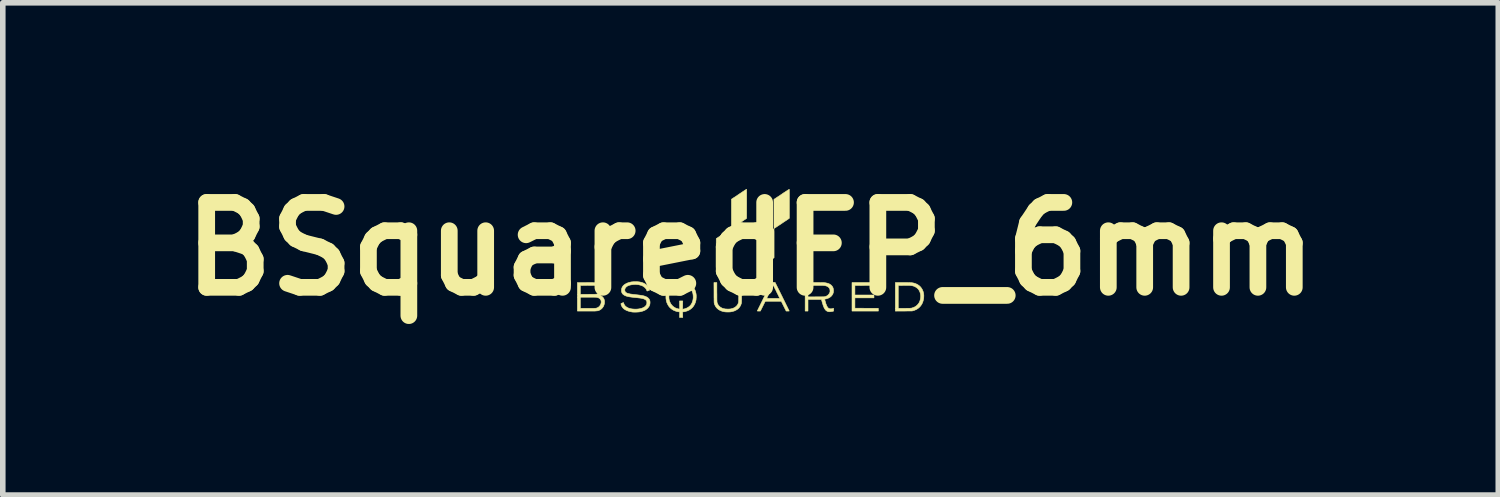
<source format=kicad_pcb>
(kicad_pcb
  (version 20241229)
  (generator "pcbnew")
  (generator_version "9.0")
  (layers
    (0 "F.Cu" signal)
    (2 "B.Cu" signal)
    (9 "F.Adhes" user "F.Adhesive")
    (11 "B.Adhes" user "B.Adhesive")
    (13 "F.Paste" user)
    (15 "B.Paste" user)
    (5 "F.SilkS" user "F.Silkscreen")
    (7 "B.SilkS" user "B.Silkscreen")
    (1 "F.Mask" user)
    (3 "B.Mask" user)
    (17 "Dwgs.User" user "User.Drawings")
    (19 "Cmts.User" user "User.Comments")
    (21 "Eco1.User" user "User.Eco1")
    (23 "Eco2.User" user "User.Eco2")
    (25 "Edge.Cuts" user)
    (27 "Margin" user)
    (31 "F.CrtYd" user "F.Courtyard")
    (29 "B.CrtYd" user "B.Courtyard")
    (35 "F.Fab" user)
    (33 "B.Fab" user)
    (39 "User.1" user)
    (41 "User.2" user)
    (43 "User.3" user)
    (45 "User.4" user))
  (footprint "BSquaredFP_6mm"
    (layer "F.Cu")
    (at 10.421 1.418)
    (property "Reference" "BSquaredFP_6mm" (at 0 0 0) (layer "F.SilkS") (effects (font (size 1.524 1.524) (thickness 0.3))))
    (attr through_hole)
    (fp_poly (pts (xy 2.279 0.629) (xy 2.279 0.654) (xy 2.076 0.655) (xy 1.874 0.656) (xy 1.874 0.827) (xy 2.216 0.827) (xy 2.216 0.878) (xy 1.874 0.878) (xy 1.874 1.064) (xy 2.083 1.065) (xy 2.293 1.065) (xy 2.295 1.115) (xy 1.822 1.115) (xy 1.822 0.604) (xy 2.28 0.604) (xy 2.279 0.629)) (stroke (width 0.01) (type solid)) (fill yes) (layer "F.SilkS"))
    (fp_poly (pts (xy 0.421 -0.363) (xy 0.421 -0.36) (xy 0.421 -0.356) (xy 0.422 -0.349) (xy 0.422 -0.339) (xy 0.422 -0.326) (xy 0.423 -0.31) (xy 0.423 -0.291) (xy 0.423 -0.269) (xy 0.423 -0.242) (xy 0.423 -0.212) (xy 0.423 -0.177) (xy 0.423 -0.138) (xy 0.423 -0.103) (xy 0.423 0.158) (xy 0.288 0.249) (xy 0.264 0.265) (xy 0.243 0.279) (xy 0.222 0.293) (xy 0.204 0.305) (xy 0.187 0.316) (xy 0.174 0.325) (xy 0.163 0.332) (xy 0.155 0.337) (xy 0.151 0.34) (xy 0.151 0.34) (xy 0.15 0.338) (xy 0.15 0.331) (xy 0.15 0.319) (xy 0.15 0.304) (xy 0.15 0.285) (xy 0.15 0.263) (xy 0.15 0.238) (xy 0.149 0.21) (xy 0.149 0.18) (xy 0.149 0.148) (xy 0.149 0.114) (xy 0.149 0.079) (xy 0.149 -0.183) (xy 0.283 -0.273) (xy 0.306 -0.288) (xy 0.328 -0.303) (xy 0.348 -0.316) (xy 0.367 -0.329) (xy 0.383 -0.34) (xy 0.397 -0.349) (xy 0.408 -0.356) (xy 0.415 -0.361) (xy 0.42 -0.363) (xy 0.42 -0.364) (xy 0.421 -0.363)) (stroke (width 0.01) (type solid)) (fill yes) (layer "F.SilkS"))
    (fp_poly (pts (xy -0.071 -1.07) (xy -0.07 -1.065) (xy -0.07 -1.056) (xy -0.07 -1.043) (xy -0.069 -1.027) (xy -0.069 -1.007) (xy -0.069 -0.983) (xy -0.069 -0.954) (xy -0.069 -0.921) (xy -0.069 -0.883) (xy -0.069 -0.841) (xy -0.069 -0.81) (xy -0.07 -0.549) (xy -0.342 -0.366) (xy -0.342 0.159) (xy -0.478 0.249) (xy -0.501 0.265) (xy -0.523 0.279) (xy -0.544 0.293) (xy -0.562 0.305) (xy -0.578 0.316) (xy -0.592 0.325) (xy -0.603 0.332) (xy -0.611 0.337) (xy -0.615 0.34) (xy -0.615 0.34) (xy -0.615 0.338) (xy -0.615 0.331) (xy -0.616 0.319) (xy -0.616 0.304) (xy -0.616 0.285) (xy -0.616 0.263) (xy -0.616 0.238) (xy -0.616 0.21) (xy -0.616 0.18) (xy -0.616 0.148) (xy -0.616 0.114) (xy -0.616 0.079) (xy -0.616 0.078) (xy -0.615 -0.185) (xy -0.479 -0.276) (xy -0.342 -0.367) (xy -0.342 -0.629) (xy -0.342 -0.892) (xy -0.208 -0.981) (xy -0.185 -0.997) (xy -0.163 -1.011) (xy -0.143 -1.025) (xy -0.124 -1.037) (xy -0.108 -1.048) (xy -0.094 -1.057) (xy -0.083 -1.064) (xy -0.076 -1.069) (xy -0.072 -1.071) (xy -0.071 -1.071) (xy -0.071 -1.07)) (stroke (width 0.01) (type solid)) (fill yes) (layer "F.SilkS"))
    (fp_poly (pts (xy 0.696 -1.069) (xy 0.696 -1.062) (xy 0.696 -1.051) (xy 0.696 -1.036) (xy 0.696 -1.017) (xy 0.697 -0.995) (xy 0.697 -0.97) (xy 0.697 -0.942) (xy 0.697 -0.912) (xy 0.697 -0.88) (xy 0.697 -0.846) (xy 0.697 -0.811) (xy 0.697 -0.551) (xy 0.692 -0.546) (xy 0.689 -0.544) (xy 0.682 -0.539) (xy 0.672 -0.533) (xy 0.66 -0.524) (xy 0.645 -0.514) (xy 0.628 -0.503) (xy 0.61 -0.491) (xy 0.59 -0.478) (xy 0.57 -0.464) (xy 0.55 -0.45) (xy 0.53 -0.437) (xy 0.51 -0.424) (xy 0.491 -0.412) (xy 0.474 -0.4) (xy 0.459 -0.39) (xy 0.446 -0.382) (xy 0.435 -0.375) (xy 0.428 -0.37) (xy 0.424 -0.368) (xy 0.424 -0.368) (xy 0.424 -0.368) (xy 0.423 -0.37) (xy 0.423 -0.373) (xy 0.422 -0.378) (xy 0.422 -0.385) (xy 0.422 -0.394) (xy 0.421 -0.406) (xy 0.421 -0.42) (xy 0.421 -0.438) (xy 0.421 -0.459) (xy 0.421 -0.484) (xy 0.421 -0.512) (xy 0.421 -0.545) (xy 0.421 -0.582) (xy 0.421 -0.623) (xy 0.421 -0.89) (xy 0.557 -0.98) (xy 0.58 -0.996) (xy 0.602 -1.011) (xy 0.623 -1.024) (xy 0.641 -1.036) (xy 0.658 -1.047) (xy 0.672 -1.056) (xy 0.683 -1.063) (xy 0.69 -1.068) (xy 0.695 -1.071) (xy 0.695 -1.071) (xy 0.696 -1.069)) (stroke (width 0.01) (type solid)) (fill yes) (layer "F.SilkS"))
    (fp_poly (pts (xy 2.773 0.604) (xy 2.801 0.604) (xy 2.825 0.604) (xy 2.845 0.605) (xy 2.862 0.605) (xy 2.877 0.606) (xy 2.889 0.606) (xy 2.9 0.607) (xy 2.909 0.609) (xy 2.918 0.61) (xy 2.926 0.612) (xy 2.934 0.614) (xy 2.94 0.615) (xy 2.973 0.627) (xy 3.002 0.642) (xy 3.029 0.661) (xy 3.052 0.683) (xy 3.071 0.708) (xy 3.087 0.736) (xy 3.099 0.766) (xy 3.107 0.798) (xy 3.111 0.832) (xy 3.11 0.867) (xy 3.108 0.89) (xy 3.1 0.928) (xy 3.089 0.962) (xy 3.074 0.993) (xy 3.055 1.021) (xy 3.033 1.046) (xy 3.007 1.068) (xy 2.979 1.086) (xy 2.947 1.1) (xy 2.923 1.108) (xy 2.9 1.114) (xy 2.75 1.115) (xy 2.6 1.116) (xy 2.6 0.656) (xy 2.652 0.656) (xy 2.652 1.067) (xy 2.766 1.066) (xy 2.793 1.066) (xy 2.815 1.065) (xy 2.834 1.065) (xy 2.849 1.065) (xy 2.861 1.065) (xy 2.871 1.064) (xy 2.878 1.064) (xy 2.885 1.063) (xy 2.89 1.062) (xy 2.895 1.061) (xy 2.9 1.06) (xy 2.901 1.059) (xy 2.931 1.049) (xy 2.959 1.035) (xy 2.983 1.017) (xy 3.004 0.996) (xy 3.022 0.972) (xy 3.033 0.952) (xy 3.044 0.922) (xy 3.051 0.891) (xy 3.055 0.86) (xy 3.054 0.83) (xy 3.049 0.8) (xy 3.04 0.772) (xy 3.028 0.746) (xy 3.014 0.726) (xy 2.999 0.709) (xy 2.979 0.694) (xy 2.957 0.68) (xy 2.933 0.669) (xy 2.912 0.663) (xy 2.902 0.661) (xy 2.891 0.659) (xy 2.88 0.657) (xy 2.867 0.656) (xy 2.852 0.655) (xy 2.835 0.654) (xy 2.814 0.654) (xy 2.79 0.654) (xy 2.762 0.655) (xy 2.748 0.655) (xy 2.652 0.656) (xy 2.6 0.656) (xy 2.6 0.604) (xy 2.741 0.604) (xy 2.773 0.604)) (stroke (width 0.01) (type solid)) (fill yes) (layer "F.SilkS"))
    (fp_poly (pts (xy 0.408 0.6) (xy 0.441 0.601) (xy 0.568 0.856) (xy 0.584 0.889) (xy 0.6 0.921) (xy 0.615 0.952) (xy 0.629 0.98) (xy 0.642 1.007) (xy 0.654 1.031) (xy 0.665 1.053) (xy 0.674 1.072) (xy 0.682 1.087) (xy 0.688 1.1) (xy 0.692 1.108) (xy 0.694 1.113) (xy 0.695 1.114) (xy 0.692 1.114) (xy 0.686 1.115) (xy 0.677 1.115) (xy 0.667 1.115) (xy 0.64 1.115) (xy 0.596 1.027) (xy 0.552 0.939) (xy 0.265 0.939) (xy 0.221 1.027) (xy 0.177 1.115) (xy 0.15 1.115) (xy 0.139 1.115) (xy 0.13 1.115) (xy 0.124 1.114) (xy 0.122 1.114) (xy 0.123 1.111) (xy 0.126 1.105) (xy 0.131 1.095) (xy 0.138 1.081) (xy 0.146 1.064) (xy 0.156 1.044) (xy 0.167 1.022) (xy 0.179 0.998) (xy 0.192 0.971) (xy 0.206 0.943) (xy 0.22 0.914) (xy 0.224 0.906) (xy 0.234 0.887) (xy 0.291 0.887) (xy 0.293 0.887) (xy 0.3 0.887) (xy 0.311 0.888) (xy 0.325 0.888) (xy 0.342 0.888) (xy 0.362 0.888) (xy 0.384 0.888) (xy 0.407 0.888) (xy 0.408 0.888) (xy 0.526 0.888) (xy 0.508 0.851) (xy 0.495 0.824) (xy 0.482 0.798) (xy 0.47 0.774) (xy 0.459 0.75) (xy 0.448 0.728) (xy 0.438 0.709) (xy 0.429 0.691) (xy 0.422 0.677) (xy 0.416 0.665) (xy 0.411 0.658) (xy 0.409 0.654) (xy 0.408 0.653) (xy 0.407 0.655) (xy 0.404 0.661) (xy 0.399 0.671) (xy 0.392 0.683) (xy 0.385 0.698) (xy 0.376 0.714) (xy 0.367 0.733) (xy 0.358 0.752) (xy 0.348 0.771) (xy 0.338 0.791) (xy 0.329 0.81) (xy 0.32 0.828) (xy 0.311 0.844) (xy 0.304 0.859) (xy 0.299 0.871) (xy 0.294 0.88) (xy 0.292 0.885) (xy 0.291 0.887) (xy 0.234 0.887) (xy 0.239 0.875) (xy 0.255 0.845) (xy 0.269 0.815) (xy 0.284 0.786) (xy 0.297 0.759) (xy 0.31 0.733) (xy 0.321 0.71) (xy 0.331 0.69) (xy 0.339 0.673) (xy 0.346 0.659) (xy 0.35 0.65) (xy 0.375 0.599) (xy 0.408 0.6)) (stroke (width 0.01) (type solid)) (fill yes) (layer "F.SilkS"))
    (fp_poly (pts (xy -0.604 0.778) (xy -0.603 0.812) (xy -0.603 0.841) (xy -0.603 0.866) (xy -0.603 0.887) (xy -0.603 0.905) (xy -0.602 0.919) (xy -0.602 0.931) (xy -0.602 0.941) (xy -0.601 0.948) (xy -0.601 0.954) (xy -0.6 0.959) (xy -0.6 0.962) (xy -0.599 0.965) (xy -0.598 0.966) (xy -0.588 0.992) (xy -0.573 1.015) (xy -0.555 1.034) (xy -0.534 1.05) (xy -0.509 1.063) (xy -0.481 1.072) (xy -0.466 1.075) (xy -0.447 1.078) (xy -0.425 1.079) (xy -0.402 1.08) (xy -0.379 1.079) (xy -0.358 1.077) (xy -0.344 1.074) (xy -0.316 1.066) (xy -0.29 1.055) (xy -0.268 1.04) (xy -0.249 1.023) (xy -0.233 1.003) (xy -0.227 0.992) (xy -0.225 0.986) (xy -0.222 0.981) (xy -0.22 0.975) (xy -0.218 0.97) (xy -0.216 0.964) (xy -0.215 0.958) (xy -0.214 0.95) (xy -0.213 0.94) (xy -0.213 0.928) (xy -0.212 0.914) (xy -0.212 0.897) (xy -0.212 0.876) (xy -0.211 0.853) (xy -0.211 0.825) (xy -0.211 0.793) (xy -0.211 0.776) (xy -0.21 0.604) (xy -0.159 0.604) (xy -0.16 0.785) (xy -0.16 0.819) (xy -0.16 0.848) (xy -0.16 0.873) (xy -0.16 0.895) (xy -0.16 0.913) (xy -0.161 0.928) (xy -0.161 0.94) (xy -0.161 0.95) (xy -0.162 0.958) (xy -0.162 0.964) (xy -0.163 0.969) (xy -0.163 0.973) (xy -0.164 0.977) (xy -0.165 0.98) (xy -0.166 0.983) (xy -0.177 1.013) (xy -0.192 1.039) (xy -0.211 1.063) (xy -0.234 1.083) (xy -0.26 1.099) (xy -0.289 1.113) (xy -0.323 1.123) (xy -0.352 1.129) (xy -0.367 1.131) (xy -0.385 1.132) (xy -0.404 1.132) (xy -0.424 1.132) (xy -0.442 1.131) (xy -0.457 1.13) (xy -0.457 1.13) (xy -0.48 1.126) (xy -0.503 1.12) (xy -0.525 1.113) (xy -0.544 1.105) (xy -0.572 1.089) (xy -0.596 1.07) (xy -0.616 1.048) (xy -0.632 1.023) (xy -0.645 0.995) (xy -0.649 0.983) (xy -0.65 0.98) (xy -0.651 0.976) (xy -0.651 0.973) (xy -0.652 0.969) (xy -0.653 0.963) (xy -0.653 0.957) (xy -0.653 0.949) (xy -0.654 0.938) (xy -0.654 0.926) (xy -0.654 0.91) (xy -0.654 0.892) (xy -0.655 0.87) (xy -0.655 0.844) (xy -0.655 0.814) (xy -0.655 0.785) (xy -0.656 0.604) (xy -0.604 0.604) (xy -0.604 0.778)) (stroke (width 0.01) (type solid)) (fill yes) (layer "F.SilkS"))
    (fp_poly (pts (xy -1.23 0.587) (xy -1.208 0.589) (xy -1.195 0.591) (xy -1.159 0.599) (xy -1.125 0.611) (xy -1.095 0.626) (xy -1.067 0.646) (xy -1.054 0.658) (xy -1.031 0.683) (xy -1.011 0.71) (xy -0.996 0.739) (xy -0.985 0.772) (xy -0.977 0.807) (xy -0.976 0.817) (xy -0.974 0.833) (xy -0.974 0.851) (xy -0.974 0.872) (xy -0.976 0.893) (xy -0.977 0.911) (xy -0.98 0.927) (xy -0.981 0.93) (xy -0.991 0.965) (xy -1.005 0.997) (xy -1.023 1.027) (xy -1.044 1.053) (xy -1.069 1.075) (xy -1.097 1.095) (xy -1.128 1.11) (xy -1.162 1.121) (xy -1.162 1.121) (xy -1.175 1.125) (xy -1.188 1.127) (xy -1.199 1.129) (xy -1.202 1.129) (xy -1.219 1.131) (xy -1.217 1.181) (xy -1.216 1.23) (xy -1.274 1.23) (xy -1.273 1.18) (xy -1.271 1.13) (xy -1.279 1.13) (xy -1.288 1.129) (xy -1.3 1.127) (xy -1.314 1.125) (xy -1.328 1.121) (xy -1.341 1.117) (xy -1.345 1.116) (xy -1.377 1.103) (xy -1.407 1.086) (xy -1.433 1.065) (xy -1.457 1.042) (xy -1.476 1.015) (xy -1.492 0.985) (xy -1.505 0.954) (xy -1.513 0.92) (xy -1.518 0.884) (xy -1.518 0.862) (xy -1.465 0.862) (xy -1.463 0.896) (xy -1.456 0.928) (xy -1.445 0.957) (xy -1.431 0.985) (xy -1.412 1.009) (xy -1.391 1.031) (xy -1.365 1.049) (xy -1.348 1.059) (xy -1.338 1.063) (xy -1.326 1.068) (xy -1.312 1.072) (xy -1.299 1.075) (xy -1.287 1.078) (xy -1.279 1.079) (xy -1.279 1.079) (xy -1.271 1.079) (xy -1.273 1.007) (xy -1.274 0.934) (xy -1.216 0.934) (xy -1.217 1.008) (xy -1.219 1.082) (xy -1.207 1.08) (xy -1.198 1.078) (xy -1.187 1.076) (xy -1.177 1.074) (xy -1.148 1.063) (xy -1.121 1.049) (xy -1.097 1.032) (xy -1.076 1.011) (xy -1.059 0.986) (xy -1.046 0.959) (xy -1.036 0.929) (xy -1.03 0.896) (xy -1.028 0.874) (xy -1.029 0.838) (xy -1.033 0.805) (xy -1.042 0.774) (xy -1.055 0.745) (xy -1.073 0.719) (xy -1.087 0.703) (xy -1.109 0.682) (xy -1.134 0.666) (xy -1.16 0.653) (xy -1.189 0.645) (xy -1.22 0.64) (xy -1.254 0.639) (xy -1.257 0.639) (xy -1.28 0.64) (xy -1.3 0.643) (xy -1.318 0.647) (xy -1.335 0.653) (xy -1.353 0.661) (xy -1.354 0.662) (xy -1.381 0.677) (xy -1.404 0.696) (xy -1.423 0.718) (xy -1.439 0.744) (xy -1.451 0.772) (xy -1.459 0.804) (xy -1.463 0.827) (xy -1.465 0.862) (xy -1.518 0.862) (xy -1.518 0.846) (xy -1.517 0.832) (xy -1.511 0.794) (xy -1.501 0.758) (xy -1.488 0.725) (xy -1.471 0.696) (xy -1.451 0.67) (xy -1.427 0.647) (xy -1.4 0.627) (xy -1.369 0.611) (xy -1.335 0.599) (xy -1.322 0.595) (xy -1.302 0.591) (xy -1.279 0.589) (xy -1.255 0.587) (xy -1.23 0.587)) (stroke (width 0.01) (type solid)) (fill yes) (layer "F.SilkS"))
    (fp_poly (pts (xy 1.151 0.604) (xy 1.187 0.604) (xy 1.217 0.604) (xy 1.243 0.604) (xy 1.266 0.605) (xy 1.285 0.605) (xy 1.301 0.605) (xy 1.314 0.605) (xy 1.325 0.606) (xy 1.333 0.606) (xy 1.34 0.607) (xy 1.345 0.608) (xy 1.375 0.614) (xy 1.402 0.622) (xy 1.424 0.633) (xy 1.444 0.647) (xy 1.453 0.655) (xy 1.468 0.673) (xy 1.479 0.692) (xy 1.486 0.714) (xy 1.489 0.738) (xy 1.49 0.75) (xy 1.489 0.762) (xy 1.488 0.774) (xy 1.486 0.784) (xy 1.486 0.786) (xy 1.477 0.81) (xy 1.464 0.831) (xy 1.448 0.85) (xy 1.427 0.867) (xy 1.406 0.879) (xy 1.393 0.885) (xy 1.379 0.89) (xy 1.365 0.895) (xy 1.352 0.898) (xy 1.342 0.9) (xy 1.339 0.9) (xy 1.334 0.901) (xy 1.332 0.903) (xy 1.332 0.906) (xy 1.333 0.913) (xy 1.336 0.923) (xy 1.339 0.935) (xy 1.343 0.949) (xy 1.347 0.963) (xy 1.351 0.977) (xy 1.355 0.989) (xy 1.356 0.99) (xy 1.365 1.014) (xy 1.375 1.034) (xy 1.385 1.049) (xy 1.396 1.061) (xy 1.409 1.069) (xy 1.422 1.074) (xy 1.426 1.074) (xy 1.44 1.075) (xy 1.458 1.074) (xy 1.48 1.069) (xy 1.487 1.067) (xy 1.489 1.067) (xy 1.491 1.068) (xy 1.492 1.07) (xy 1.492 1.076) (xy 1.492 1.085) (xy 1.492 1.09) (xy 1.492 1.115) (xy 1.479 1.119) (xy 1.459 1.123) (xy 1.439 1.126) (xy 1.42 1.128) (xy 1.404 1.127) (xy 1.391 1.124) (xy 1.374 1.117) (xy 1.359 1.108) (xy 1.346 1.095) (xy 1.334 1.078) (xy 1.322 1.058) (xy 1.312 1.034) (xy 1.301 1.005) (xy 1.301 1.003) (xy 1.296 0.987) (xy 1.29 0.969) (xy 1.285 0.952) (xy 1.282 0.939) (xy 1.273 0.907) (xy 1.032 0.907) (xy 1.032 1.115) (xy 0.981 1.115) (xy 0.981 0.656) (xy 1.032 0.656) (xy 1.032 0.861) (xy 1.181 0.86) (xy 1.212 0.86) (xy 1.238 0.86) (xy 1.261 0.86) (xy 1.279 0.86) (xy 1.295 0.859) (xy 1.307 0.859) (xy 1.317 0.859) (xy 1.325 0.858) (xy 1.331 0.858) (xy 1.335 0.857) (xy 1.339 0.856) (xy 1.342 0.855) (xy 1.343 0.855) (xy 1.367 0.845) (xy 1.387 0.832) (xy 1.403 0.816) (xy 1.416 0.797) (xy 1.418 0.793) (xy 1.423 0.783) (xy 1.425 0.776) (xy 1.427 0.768) (xy 1.427 0.759) (xy 1.427 0.754) (xy 1.426 0.735) (xy 1.423 0.72) (xy 1.417 0.707) (xy 1.407 0.695) (xy 1.406 0.693) (xy 1.391 0.68) (xy 1.371 0.669) (xy 1.349 0.662) (xy 1.341 0.66) (xy 1.332 0.658) (xy 1.321 0.657) (xy 1.309 0.656) (xy 1.295 0.655) (xy 1.279 0.654) (xy 1.26 0.654) (xy 1.237 0.654) (xy 1.211 0.654) (xy 1.18 0.654) (xy 1.158 0.655) (xy 1.032 0.656) (xy 0.981 0.656) (xy 0.981 0.604) (xy 1.151 0.604)) (stroke (width 0.01) (type solid)) (fill yes) (layer "F.SilkS"))
    (fp_poly (pts (xy -2.924 0.605) (xy -2.889 0.605) (xy -2.859 0.605) (xy -2.833 0.605) (xy -2.811 0.606) (xy -2.793 0.606) (xy -2.777 0.606) (xy -2.765 0.606) (xy -2.755 0.607) (xy -2.746 0.607) (xy -2.74 0.608) (xy -2.735 0.608) (xy -2.731 0.609) (xy -2.728 0.61) (xy -2.726 0.61) (xy -2.701 0.62) (xy -2.679 0.632) (xy -2.661 0.647) (xy -2.648 0.665) (xy -2.638 0.685) (xy -2.634 0.697) (xy -2.633 0.711) (xy -2.632 0.727) (xy -2.634 0.744) (xy -2.637 0.76) (xy -2.639 0.766) (xy -2.648 0.783) (xy -2.66 0.8) (xy -2.674 0.814) (xy -2.682 0.821) (xy -2.697 0.832) (xy -2.685 0.839) (xy -2.677 0.844) (xy -2.668 0.851) (xy -2.659 0.859) (xy -2.656 0.861) (xy -2.641 0.879) (xy -2.63 0.898) (xy -2.623 0.92) (xy -2.62 0.943) (xy -2.62 0.952) (xy -2.622 0.979) (xy -2.629 1.005) (xy -2.639 1.03) (xy -2.653 1.052) (xy -2.671 1.072) (xy -2.691 1.088) (xy -2.714 1.101) (xy -2.717 1.102) (xy -2.724 1.105) (xy -2.729 1.107) (xy -2.735 1.109) (xy -2.742 1.11) (xy -2.749 1.111) (xy -2.757 1.112) (xy -2.767 1.113) (xy -2.779 1.114) (xy -2.793 1.115) (xy -2.81 1.115) (xy -2.83 1.115) (xy -2.854 1.115) (xy -2.881 1.115) (xy -2.913 1.115) (xy -2.938 1.115) (xy -3.107 1.115) (xy -3.107 1.066) (xy -3.055 1.066) (xy -2.918 1.066) (xy -2.886 1.066) (xy -2.859 1.066) (xy -2.837 1.066) (xy -2.818 1.066) (xy -2.803 1.066) (xy -2.791 1.065) (xy -2.781 1.065) (xy -2.774 1.064) (xy -2.77 1.064) (xy -2.768 1.063) (xy -2.745 1.055) (xy -2.726 1.043) (xy -2.709 1.027) (xy -2.696 1.009) (xy -2.687 0.989) (xy -2.681 0.967) (xy -2.681 0.952) (xy -2.681 0.941) (xy -2.682 0.933) (xy -2.684 0.926) (xy -2.687 0.917) (xy -2.688 0.916) (xy -2.698 0.901) (xy -2.711 0.888) (xy -2.727 0.879) (xy -2.748 0.872) (xy -2.756 0.869) (xy -2.761 0.869) (xy -2.767 0.868) (xy -2.775 0.867) (xy -2.785 0.867) (xy -2.798 0.867) (xy -2.814 0.866) (xy -2.833 0.866) (xy -2.856 0.866) (xy -2.883 0.866) (xy -2.914 0.866) (xy -3.055 0.866) (xy -3.055 1.066) (xy -3.107 1.066) (xy -3.107 0.656) (xy -3.055 0.656) (xy -3.055 0.815) (xy -2.917 0.815) (xy -2.887 0.814) (xy -2.86 0.814) (xy -2.835 0.814) (xy -2.814 0.814) (xy -2.796 0.814) (xy -2.782 0.813) (xy -2.772 0.813) (xy -2.766 0.812) (xy -2.766 0.812) (xy -2.746 0.806) (xy -2.727 0.796) (xy -2.711 0.782) (xy -2.699 0.765) (xy -2.698 0.763) (xy -2.693 0.754) (xy -2.691 0.746) (xy -2.69 0.738) (xy -2.69 0.729) (xy -2.69 0.718) (xy -2.691 0.71) (xy -2.694 0.703) (xy -2.697 0.697) (xy -2.707 0.683) (xy -2.721 0.672) (xy -2.739 0.663) (xy -2.76 0.657) (xy -2.772 0.656) (xy -2.781 0.655) (xy -2.795 0.654) (xy -2.813 0.654) (xy -2.833 0.653) (xy -2.857 0.653) (xy -2.883 0.653) (xy -2.91 0.653) (xy -2.939 0.654) (xy -2.968 0.654) (xy -2.991 0.655) (xy -3.055 0.656) (xy -3.107 0.656) (xy -3.107 0.604) (xy -2.924 0.605)) (stroke (width 0.01) (type solid)) (fill yes) (layer "F.SilkS"))
    (fp_poly (pts (xy -2.045 0.588) (xy -2.024 0.589) (xy -2.005 0.591) (xy -1.99 0.593) (xy -1.954 0.601) (xy -1.923 0.612) (xy -1.895 0.626) (xy -1.872 0.641) (xy -1.852 0.66) (xy -1.835 0.681) (xy -1.833 0.684) (xy -1.828 0.692) (xy -1.824 0.702) (xy -1.819 0.712) (xy -1.815 0.722) (xy -1.813 0.731) (xy -1.811 0.737) (xy -1.812 0.739) (xy -1.815 0.741) (xy -1.821 0.744) (xy -1.83 0.747) (xy -1.835 0.749) (xy -1.845 0.753) (xy -1.852 0.755) (xy -1.856 0.756) (xy -1.857 0.755) (xy -1.858 0.754) (xy -1.867 0.732) (xy -1.879 0.712) (xy -1.895 0.694) (xy -1.898 0.692) (xy -1.92 0.675) (xy -1.945 0.661) (xy -1.974 0.651) (xy -2.006 0.643) (xy -2.042 0.639) (xy -2.07 0.638) (xy -2.106 0.64) (xy -2.138 0.644) (xy -2.167 0.65) (xy -2.192 0.658) (xy -2.213 0.669) (xy -2.23 0.682) (xy -2.244 0.698) (xy -2.248 0.705) (xy -2.253 0.714) (xy -2.255 0.722) (xy -2.256 0.731) (xy -2.256 0.737) (xy -2.255 0.753) (xy -2.251 0.765) (xy -2.243 0.775) (xy -2.234 0.783) (xy -2.225 0.789) (xy -2.215 0.794) (xy -2.202 0.798) (xy -2.188 0.802) (xy -2.171 0.806) (xy -2.151 0.81) (xy -2.127 0.813) (xy -2.099 0.817) (xy -2.067 0.82) (xy -2.062 0.821) (xy -2.025 0.825) (xy -1.993 0.829) (xy -1.965 0.833) (xy -1.941 0.837) (xy -1.919 0.842) (xy -1.901 0.847) (xy -1.885 0.853) (xy -1.871 0.859) (xy -1.858 0.866) (xy -1.854 0.868) (xy -1.835 0.883) (xy -1.821 0.899) (xy -1.811 0.916) (xy -1.805 0.936) (xy -1.803 0.959) (xy -1.803 0.961) (xy -1.805 0.988) (xy -1.812 1.013) (xy -1.823 1.035) (xy -1.839 1.056) (xy -1.842 1.06) (xy -1.862 1.078) (xy -1.884 1.094) (xy -1.909 1.107) (xy -1.938 1.117) (xy -1.971 1.126) (xy -1.987 1.129) (xy -1.997 1.131) (xy -2.012 1.132) (xy -2.028 1.133) (xy -2.047 1.134) (xy -2.066 1.134) (xy -2.084 1.134) (xy -2.1 1.134) (xy -2.113 1.133) (xy -2.119 1.133) (xy -2.157 1.126) (xy -2.191 1.117) (xy -2.222 1.106) (xy -2.249 1.092) (xy -2.273 1.076) (xy -2.292 1.057) (xy -2.307 1.036) (xy -2.312 1.026) (xy -2.317 1.015) (xy -2.321 1.004) (xy -2.324 0.994) (xy -2.325 0.986) (xy -2.325 0.982) (xy -2.325 0.981) (xy -2.322 0.979) (xy -2.315 0.976) (xy -2.306 0.973) (xy -2.302 0.971) (xy -2.281 0.962) (xy -2.275 0.979) (xy -2.266 1) (xy -2.253 1.019) (xy -2.235 1.036) (xy -2.214 1.05) (xy -2.189 1.062) (xy -2.16 1.071) (xy -2.128 1.077) (xy -2.093 1.08) (xy -2.068 1.081) (xy -2.032 1.08) (xy -1.999 1.076) (xy -1.97 1.07) (xy -1.942 1.061) (xy -1.924 1.053) (xy -1.902 1.041) (xy -1.885 1.026) (xy -1.872 1.009) (xy -1.867 1.001) (xy -1.864 0.993) (xy -1.862 0.986) (xy -1.861 0.978) (xy -1.86 0.967) (xy -1.86 0.965) (xy -1.861 0.951) (xy -1.862 0.941) (xy -1.866 0.933) (xy -1.871 0.925) (xy -1.877 0.919) (xy -1.886 0.912) (xy -1.896 0.906) (xy -1.908 0.9) (xy -1.922 0.895) (xy -1.94 0.89) (xy -1.96 0.886) (xy -1.983 0.882) (xy -2.011 0.879) (xy -2.043 0.875) (xy -2.075 0.872) (xy -2.112 0.868) (xy -2.144 0.864) (xy -2.172 0.86) (xy -2.197 0.855) (xy -2.218 0.85) (xy -2.237 0.844) (xy -2.253 0.837) (xy -2.254 0.837) (xy -2.275 0.824) (xy -2.292 0.811) (xy -2.304 0.795) (xy -2.312 0.777) (xy -2.316 0.756) (xy -2.316 0.752) (xy -2.315 0.727) (xy -2.31 0.703) (xy -2.3 0.682) (xy -2.286 0.662) (xy -2.267 0.644) (xy -2.244 0.629) (xy -2.218 0.615) (xy -2.187 0.604) (xy -2.152 0.595) (xy -2.146 0.594) (xy -2.131 0.591) (xy -2.112 0.59) (xy -2.09 0.588) (xy -2.067 0.588) (xy -2.045 0.588)) (stroke (width 0.01) (type solid)) (fill yes) (layer "F.SilkS")))
  (gr_rect
    (start -3 -3)
    (end 23.843 5.836)
    (stroke (width 0.1) (type default))
    (fill no)
    (layer "Edge.Cuts")))
</source>
